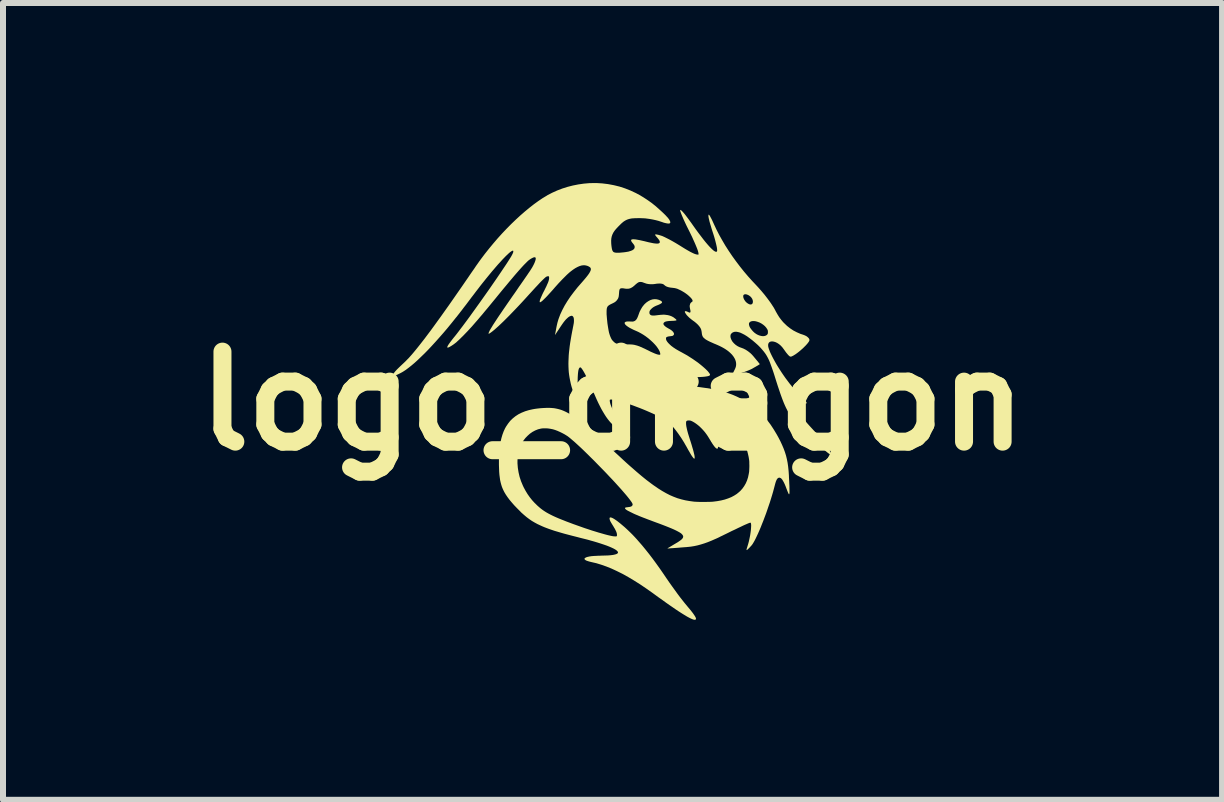
<source format=kicad_pcb>
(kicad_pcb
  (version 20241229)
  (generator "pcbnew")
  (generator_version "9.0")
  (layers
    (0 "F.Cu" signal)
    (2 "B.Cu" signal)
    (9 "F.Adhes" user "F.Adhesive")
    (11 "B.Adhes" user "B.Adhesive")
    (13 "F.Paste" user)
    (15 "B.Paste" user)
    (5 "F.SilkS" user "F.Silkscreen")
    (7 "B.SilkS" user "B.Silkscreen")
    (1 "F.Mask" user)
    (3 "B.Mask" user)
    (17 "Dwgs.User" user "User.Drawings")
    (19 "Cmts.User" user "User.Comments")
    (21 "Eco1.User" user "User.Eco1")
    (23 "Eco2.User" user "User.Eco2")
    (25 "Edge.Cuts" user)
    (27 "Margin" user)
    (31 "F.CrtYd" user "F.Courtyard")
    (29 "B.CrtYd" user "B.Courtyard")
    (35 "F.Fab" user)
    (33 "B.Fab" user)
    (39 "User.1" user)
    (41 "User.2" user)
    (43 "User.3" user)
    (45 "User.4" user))
  (footprint "logo_dragon"
    (layer "F.Cu")
    (at 7.157 3.631)
    (property "Reference" "logo_dragon" (at 0 0 0) (layer "F.SilkS") (effects (font (size 1.5 1.5) (thickness 0.3))))
    (attr board_only exclude_from_pos_files exclude_from_bom)
    (fp_poly (pts (xy -0.27 -3.631) (xy -0.172 -3.625) (xy -0.074 -3.613) (xy 0.022 -3.595) (xy 0.116 -3.572) (xy 0.208 -3.542) (xy 0.299 -3.506) (xy 0.389 -3.464) (xy 0.46 -3.426) (xy 0.484 -3.411) (xy 0.511 -3.395) (xy 0.54 -3.376) (xy 0.571 -3.356) (xy 0.6 -3.336) (xy 0.628 -3.316) (xy 0.652 -3.299) (xy 0.666 -3.288) (xy 0.693 -3.266) (xy 0.722 -3.243) (xy 0.751 -3.217) (xy 0.78 -3.191) (xy 0.809 -3.165) (xy 0.837 -3.139) (xy 0.863 -3.114) (xy 0.886 -3.091) (xy 0.905 -3.07) (xy 0.921 -3.053) (xy 0.924 -3.049) (xy 0.941 -3.027) (xy 0.952 -3.008) (xy 0.96 -2.991) (xy 0.963 -2.977) (xy 0.96 -2.967) (xy 0.956 -2.961) (xy 0.945 -2.957) (xy 0.929 -2.956) (xy 0.909 -2.958) (xy 0.885 -2.963) (xy 0.856 -2.97) (xy 0.825 -2.981) (xy 0.809 -2.986) (xy 0.767 -3) (xy 0.721 -3.012) (xy 0.671 -3.023) (xy 0.615 -3.033) (xy 0.554 -3.041) (xy 0.549 -3.042) (xy 0.531 -3.043) (xy 0.508 -3.044) (xy 0.483 -3.045) (xy 0.455 -3.046) (xy 0.427 -3.046) (xy 0.399 -3.045) (xy 0.373 -3.045) (xy 0.349 -3.043) (xy 0.329 -3.042) (xy 0.313 -3.04) (xy 0.312 -3.04) (xy 0.275 -3.032) (xy 0.242 -3.021) (xy 0.212 -3.006) (xy 0.184 -2.988) (xy 0.174 -2.98) (xy 0.16 -2.968) (xy 0.144 -2.954) (xy 0.127 -2.937) (xy 0.108 -2.918) (xy 0.09 -2.9) (xy 0.073 -2.882) (xy 0.058 -2.865) (xy 0.045 -2.85) (xy 0.037 -2.84) (xy 0.015 -2.808) (xy -0.001 -2.776) (xy -0.013 -2.743) (xy -0.02 -2.709) (xy -0.023 -2.672) (xy -0.022 -2.631) (xy -0.022 -2.626) (xy -0.019 -2.591) (xy -0.015 -2.561) (xy -0.011 -2.537) (xy -0.006 -2.517) (xy -0.000005 -2.502) (xy 0.008 -2.49) (xy 0.017 -2.481) (xy 0.029 -2.476) (xy 0.042 -2.472) (xy 0.059 -2.47) (xy 0.064 -2.47) (xy 0.089 -2.469) (xy 0.118 -2.47) (xy 0.151 -2.473) (xy 0.184 -2.476) (xy 0.216 -2.48) (xy 0.246 -2.485) (xy 0.272 -2.49) (xy 0.277 -2.492) (xy 0.306 -2.501) (xy 0.33 -2.511) (xy 0.347 -2.522) (xy 0.36 -2.535) (xy 0.367 -2.55) (xy 0.369 -2.564) (xy 0.368 -2.577) (xy 0.364 -2.589) (xy 0.357 -2.602) (xy 0.346 -2.617) (xy 0.337 -2.628) (xy 0.325 -2.643) (xy 0.317 -2.655) (xy 0.312 -2.664) (xy 0.31 -2.672) (xy 0.309 -2.677) (xy 0.311 -2.684) (xy 0.317 -2.689) (xy 0.328 -2.692) (xy 0.342 -2.694) (xy 0.362 -2.693) (xy 0.386 -2.691) (xy 0.415 -2.686) (xy 0.449 -2.68) (xy 0.489 -2.671) (xy 0.534 -2.661) (xy 0.561 -2.654) (xy 0.606 -2.643) (xy 0.645 -2.635) (xy 0.679 -2.628) (xy 0.707 -2.624) (xy 0.731 -2.622) (xy 0.75 -2.622) (xy 0.766 -2.624) (xy 0.775 -2.628) (xy 0.783 -2.633) (xy 0.786 -2.639) (xy 0.787 -2.644) (xy 0.787 -2.653) (xy 0.786 -2.661) (xy 0.783 -2.669) (xy 0.776 -2.681) (xy 0.766 -2.695) (xy 0.754 -2.71) (xy 0.744 -2.722) (xy 0.729 -2.739) (xy 0.719 -2.752) (xy 0.712 -2.762) (xy 0.71 -2.768) (xy 0.711 -2.773) (xy 0.715 -2.775) (xy 0.722 -2.775) (xy 0.723 -2.775) (xy 0.734 -2.774) (xy 0.749 -2.771) (xy 0.767 -2.767) (xy 0.787 -2.761) (xy 0.807 -2.755) (xy 0.825 -2.749) (xy 0.833 -2.746) (xy 0.868 -2.73) (xy 0.908 -2.71) (xy 0.953 -2.687) (xy 1.002 -2.66) (xy 1.054 -2.63) (xy 1.11 -2.596) (xy 1.166 -2.561) (xy 1.213 -2.532) (xy 1.256 -2.507) (xy 1.295 -2.485) (xy 1.329 -2.468) (xy 1.359 -2.454) (xy 1.384 -2.445) (xy 1.404 -2.44) (xy 1.42 -2.438) (xy 1.421 -2.438) (xy 1.433 -2.439) (xy 1.433 -2.455) (xy 1.431 -2.469) (xy 1.426 -2.488) (xy 1.419 -2.512) (xy 1.409 -2.54) (xy 1.396 -2.572) (xy 1.381 -2.608) (xy 1.364 -2.647) (xy 1.345 -2.689) (xy 1.325 -2.734) (xy 1.302 -2.781) (xy 1.281 -2.824) (xy 1.258 -2.87) (xy 1.236 -2.914) (xy 1.216 -2.956) (xy 1.198 -2.995) (xy 1.181 -3.032) (xy 1.167 -3.065) (xy 1.154 -3.095) (xy 1.144 -3.121) (xy 1.136 -3.142) (xy 1.13 -3.159) (xy 1.128 -3.171) (xy 1.128 -3.172) (xy 1.128 -3.18) (xy 1.131 -3.183) (xy 1.136 -3.182) (xy 1.145 -3.175) (xy 1.152 -3.169) (xy 1.164 -3.157) (xy 1.176 -3.144) (xy 1.19 -3.128) (xy 1.205 -3.11) (xy 1.222 -3.088) (xy 1.241 -3.063) (xy 1.262 -3.035) (xy 1.286 -3.002) (xy 1.313 -2.965) (xy 1.341 -2.925) (xy 1.388 -2.859) (xy 1.432 -2.799) (xy 1.474 -2.744) (xy 1.512 -2.694) (xy 1.548 -2.649) (xy 1.581 -2.61) (xy 1.611 -2.576) (xy 1.638 -2.548) (xy 1.663 -2.524) (xy 1.685 -2.505) (xy 1.689 -2.502) (xy 1.705 -2.492) (xy 1.719 -2.486) (xy 1.73 -2.485) (xy 1.738 -2.489) (xy 1.742 -2.497) (xy 1.743 -2.499) (xy 1.743 -2.512) (xy 1.742 -2.531) (xy 1.739 -2.555) (xy 1.733 -2.584) (xy 1.725 -2.618) (xy 1.716 -2.655) (xy 1.705 -2.697) (xy 1.692 -2.742) (xy 1.677 -2.79) (xy 1.669 -2.814) (xy 1.652 -2.867) (xy 1.638 -2.915) (xy 1.625 -2.957) (xy 1.615 -2.993) (xy 1.608 -3.024) (xy 1.602 -3.05) (xy 1.599 -3.071) (xy 1.598 -3.077) (xy 1.598 -3.092) (xy 1.599 -3.101) (xy 1.603 -3.104) (xy 1.608 -3.101) (xy 1.616 -3.092) (xy 1.625 -3.078) (xy 1.636 -3.057) (xy 1.65 -3.031) (xy 1.665 -3) (xy 1.682 -2.962) (xy 1.694 -2.936) (xy 1.733 -2.853) (xy 1.777 -2.767) (xy 1.826 -2.68) (xy 1.878 -2.591) (xy 1.935 -2.502) (xy 1.995 -2.413) (xy 2.058 -2.326) (xy 2.124 -2.239) (xy 2.191 -2.155) (xy 2.26 -2.074) (xy 2.331 -1.995) (xy 2.369 -1.955) (xy 2.425 -1.895) (xy 2.48 -1.833) (xy 2.532 -1.771) (xy 2.58 -1.709) (xy 2.625 -1.648) (xy 2.649 -1.613) (xy 2.663 -1.591) (xy 2.675 -1.573) (xy 2.686 -1.556) (xy 2.695 -1.54) (xy 2.705 -1.522) (xy 2.716 -1.501) (xy 2.722 -1.489) (xy 2.75 -1.44) (xy 2.778 -1.395) (xy 2.809 -1.354) (xy 2.842 -1.314) (xy 2.86 -1.296) (xy 2.908 -1.25) (xy 2.959 -1.21) (xy 3.013 -1.174) (xy 3.071 -1.144) (xy 3.133 -1.117) (xy 3.174 -1.104) (xy 3.205 -1.092) (xy 3.231 -1.079) (xy 3.252 -1.063) (xy 3.259 -1.056) (xy 3.273 -1.041) (xy 3.28 -1.025) (xy 3.281 -1.01) (xy 3.28 -1.008) (xy 3.276 -0.996) (xy 3.267 -0.982) (xy 3.254 -0.964) (xy 3.238 -0.945) (xy 3.219 -0.924) (xy 3.197 -0.902) (xy 3.174 -0.879) (xy 3.149 -0.857) (xy 3.124 -0.835) (xy 3.098 -0.814) (xy 3.073 -0.795) (xy 3.048 -0.777) (xy 3.025 -0.763) (xy 3.018 -0.758) (xy 2.998 -0.748) (xy 2.983 -0.741) (xy 2.972 -0.738) (xy 2.963 -0.739) (xy 2.962 -0.739) (xy 2.952 -0.743) (xy 2.94 -0.753) (xy 2.925 -0.768) (xy 2.909 -0.787) (xy 2.89 -0.81) (xy 2.871 -0.837) (xy 2.856 -0.858) (xy 2.829 -0.894) (xy 2.801 -0.924) (xy 2.772 -0.948) (xy 2.741 -0.968) (xy 2.71 -0.982) (xy 2.683 -0.989) (xy 2.659 -0.992) (xy 2.638 -0.99) (xy 2.621 -0.984) (xy 2.607 -0.973) (xy 2.598 -0.958) (xy 2.593 -0.94) (xy 2.593 -0.917) (xy 2.594 -0.908) (xy 2.6 -0.883) (xy 2.61 -0.854) (xy 2.622 -0.821) (xy 2.639 -0.784) (xy 2.658 -0.745) (xy 2.68 -0.703) (xy 2.704 -0.659) (xy 2.73 -0.613) (xy 2.758 -0.567) (xy 2.788 -0.52) (xy 2.819 -0.472) (xy 2.851 -0.425) (xy 2.884 -0.378) (xy 2.918 -0.333) (xy 2.951 -0.289) (xy 2.976 -0.259) (xy 2.99 -0.241) (xy 3.007 -0.221) (xy 3.026 -0.2) (xy 3.045 -0.179) (xy 3.064 -0.159) (xy 3.081 -0.141) (xy 3.096 -0.125) (xy 3.109 -0.113) (xy 3.111 -0.11) (xy 3.123 -0.1) (xy 3.136 -0.086) (xy 3.151 -0.071) (xy 3.167 -0.054) (xy 3.182 -0.038) (xy 3.196 -0.022) (xy 3.209 -0.008) (xy 3.218 0.003) (xy 3.224 0.011) (xy 3.224 0.011) (xy 3.232 0.024) (xy 3.235 0.034) (xy 3.233 0.04) (xy 3.23 0.042) (xy 3.221 0.043) (xy 3.207 0.043) (xy 3.189 0.042) (xy 3.168 0.039) (xy 3.135 0.035) (xy 3.108 0.034) (xy 3.086 0.037) (xy 3.07 0.043) (xy 3.058 0.052) (xy 3.052 0.065) (xy 3.051 0.082) (xy 3.055 0.101) (xy 3.056 0.107) (xy 3.064 0.126) (xy 3.075 0.148) (xy 3.088 0.171) (xy 3.105 0.197) (xy 3.124 0.225) (xy 3.148 0.256) (xy 3.174 0.29) (xy 3.205 0.326) (xy 3.239 0.366) (xy 3.278 0.41) (xy 3.321 0.457) (xy 3.368 0.508) (xy 3.384 0.526) (xy 3.427 0.573) (xy 3.466 0.617) (xy 3.501 0.66) (xy 3.534 0.702) (xy 3.565 0.745) (xy 3.586 0.777) (xy 3.599 0.796) (xy 3.611 0.816) (xy 3.622 0.835) (xy 3.631 0.853) (xy 3.638 0.868) (xy 3.643 0.879) (xy 3.644 0.886) (xy 3.642 0.892) (xy 3.636 0.893) (xy 3.627 0.89) (xy 3.613 0.883) (xy 3.595 0.871) (xy 3.574 0.854) (xy 3.548 0.833) (xy 3.518 0.807) (xy 3.484 0.777) (xy 3.48 0.773) (xy 3.459 0.754) (xy 3.434 0.732) (xy 3.407 0.706) (xy 3.378 0.679) (xy 3.347 0.65) (xy 3.316 0.621) (xy 3.286 0.592) (xy 3.256 0.564) (xy 3.229 0.538) (xy 3.206 0.515) (xy 3.188 0.498) (xy 3.15 0.461) (xy 3.116 0.426) (xy 3.083 0.391) (xy 3.054 0.358) (xy 3.026 0.326) (xy 3 0.293) (xy 2.976 0.26) (xy 2.954 0.227) (xy 2.933 0.192) (xy 2.912 0.155) (xy 2.892 0.117) (xy 2.873 0.076) (xy 2.854 0.032) (xy 2.835 -0.016) (xy 2.816 -0.067) (xy 2.796 -0.123) (xy 2.776 -0.183) (xy 2.754 -0.248) (xy 2.731 -0.32) (xy 2.73 -0.323) (xy 2.712 -0.38) (xy 2.696 -0.432) (xy 2.681 -0.478) (xy 2.667 -0.519) (xy 2.654 -0.556) (xy 2.642 -0.589) (xy 2.631 -0.619) (xy 2.621 -0.646) (xy 2.611 -0.67) (xy 2.601 -0.692) (xy 2.591 -0.712) (xy 2.581 -0.731) (xy 2.571 -0.749) (xy 2.561 -0.766) (xy 2.55 -0.783) (xy 2.548 -0.786) (xy 2.523 -0.82) (xy 2.493 -0.856) (xy 2.46 -0.893) (xy 2.423 -0.93) (xy 2.383 -0.966) (xy 2.383 -0.966) (xy 2.332 -1.009) (xy 2.285 -1.045) (xy 2.241 -1.077) (xy 2.199 -1.103) (xy 2.16 -1.123) (xy 2.125 -1.139) (xy 2.092 -1.148) (xy 2.062 -1.153) (xy 2.035 -1.152) (xy 2.011 -1.145) (xy 1.996 -1.137) (xy 1.98 -1.123) (xy 1.969 -1.107) (xy 1.965 -1.087) (xy 1.965 -1.065) (xy 1.972 -1.04) (xy 1.982 -1.016) (xy 2 -0.986) (xy 2.024 -0.959) (xy 2.052 -0.934) (xy 2.083 -0.913) (xy 2.117 -0.896) (xy 2.137 -0.889) (xy 2.18 -0.873) (xy 2.221 -0.852) (xy 2.26 -0.826) (xy 2.299 -0.795) (xy 2.309 -0.785) (xy 2.316 -0.779) (xy 2.325 -0.769) (xy 2.337 -0.756) (xy 2.35 -0.741) (xy 2.364 -0.724) (xy 2.379 -0.706) (xy 2.394 -0.688) (xy 2.408 -0.671) (xy 2.422 -0.655) (xy 2.433 -0.64) (xy 2.443 -0.628) (xy 2.45 -0.619) (xy 2.453 -0.614) (xy 2.453 -0.613) (xy 2.451 -0.61) (xy 2.443 -0.606) (xy 2.432 -0.598) (xy 2.417 -0.589) (xy 2.399 -0.579) (xy 2.379 -0.567) (xy 2.357 -0.555) (xy 2.346 -0.548) (xy 2.321 -0.534) (xy 2.293 -0.521) (xy 2.263 -0.508) (xy 2.232 -0.496) (xy 2.2 -0.484) (xy 2.169 -0.474) (xy 2.138 -0.464) (xy 2.109 -0.456) (xy 2.082 -0.45) (xy 2.058 -0.446) (xy 2.037 -0.444) (xy 2.021 -0.444) (xy 2.011 -0.446) (xy 2.008 -0.449) (xy 2.007 -0.455) (xy 2.009 -0.465) (xy 2.014 -0.479) (xy 2.023 -0.497) (xy 2.028 -0.507) (xy 2.04 -0.531) (xy 2.048 -0.55) (xy 2.054 -0.568) (xy 2.058 -0.585) (xy 2.059 -0.602) (xy 2.06 -0.613) (xy 2.058 -0.639) (xy 2.053 -0.662) (xy 2.045 -0.686) (xy 2.038 -0.702) (xy 2.018 -0.736) (xy 1.992 -0.77) (xy 1.959 -0.803) (xy 1.925 -0.832) (xy 1.901 -0.849) (xy 1.876 -0.866) (xy 1.849 -0.882) (xy 1.82 -0.898) (xy 1.788 -0.914) (xy 1.751 -0.931) (xy 1.709 -0.949) (xy 1.698 -0.953) (xy 1.658 -0.971) (xy 1.624 -0.986) (xy 1.594 -1.001) (xy 1.57 -1.014) (xy 1.549 -1.027) (xy 1.533 -1.04) (xy 1.519 -1.052) (xy 1.508 -1.065) (xy 1.5 -1.079) (xy 1.497 -1.086) (xy 1.493 -1.099) (xy 1.489 -1.117) (xy 1.487 -1.134) (xy 1.485 -1.15) (xy 1.482 -1.167) (xy 1.479 -1.18) (xy 1.478 -1.186) (xy 1.466 -1.214) (xy 1.447 -1.242) (xy 1.423 -1.27) (xy 1.406 -1.286) (xy 2.273 -1.286) (xy 2.274 -1.269) (xy 2.279 -1.25) (xy 2.286 -1.232) (xy 2.296 -1.215) (xy 2.31 -1.196) (xy 2.325 -1.177) (xy 2.342 -1.158) (xy 2.358 -1.143) (xy 2.367 -1.135) (xy 2.395 -1.115) (xy 2.423 -1.1) (xy 2.452 -1.089) (xy 2.481 -1.082) (xy 2.508 -1.079) (xy 2.533 -1.082) (xy 2.555 -1.089) (xy 2.555 -1.089) (xy 2.572 -1.1) (xy 2.581 -1.11) (xy 2.585 -1.118) (xy 2.588 -1.125) (xy 2.589 -1.134) (xy 2.589 -1.147) (xy 2.589 -1.148) (xy 2.589 -1.161) (xy 2.588 -1.171) (xy 2.585 -1.18) (xy 2.58 -1.191) (xy 2.577 -1.197) (xy 2.56 -1.222) (xy 2.539 -1.246) (xy 2.512 -1.269) (xy 2.483 -1.289) (xy 2.451 -1.306) (xy 2.419 -1.318) (xy 2.388 -1.327) (xy 2.36 -1.331) (xy 2.335 -1.331) (xy 2.313 -1.327) (xy 2.296 -1.32) (xy 2.282 -1.308) (xy 2.276 -1.299) (xy 2.273 -1.286) (xy 1.406 -1.286) (xy 1.392 -1.299) (xy 1.356 -1.328) (xy 1.35 -1.331) (xy 1.312 -1.36) (xy 1.279 -1.387) (xy 1.253 -1.413) (xy 1.235 -1.432) (xy 1.221 -1.452) (xy 1.211 -1.468) (xy 1.205 -1.481) (xy 1.205 -1.49) (xy 1.209 -1.495) (xy 1.218 -1.496) (xy 1.232 -1.493) (xy 1.251 -1.486) (xy 1.256 -1.483) (xy 1.27 -1.477) (xy 1.279 -1.473) (xy 1.285 -1.472) (xy 1.289 -1.472) (xy 1.292 -1.473) (xy 1.297 -1.479) (xy 1.299 -1.487) (xy 1.299 -1.5) (xy 1.296 -1.518) (xy 1.295 -1.519) (xy 1.291 -1.54) (xy 1.288 -1.557) (xy 1.286 -1.57) (xy 1.286 -1.58) (xy 1.286 -1.589) (xy 1.288 -1.596) (xy 1.293 -1.617) (xy 1.302 -1.633) (xy 1.313 -1.643) (xy 1.321 -1.649) (xy 1.328 -1.654) (xy 1.329 -1.655) (xy 1.334 -1.663) (xy 1.334 -1.673) (xy 1.329 -1.686) (xy 1.32 -1.7) (xy 1.307 -1.716) (xy 1.29 -1.733) (xy 1.272 -1.75) (xy 2.178 -1.75) (xy 2.178 -1.734) (xy 2.182 -1.716) (xy 2.19 -1.697) (xy 2.191 -1.694) (xy 2.204 -1.673) (xy 2.219 -1.653) (xy 2.236 -1.637) (xy 2.254 -1.624) (xy 2.272 -1.614) (xy 2.289 -1.608) (xy 2.305 -1.607) (xy 2.319 -1.611) (xy 2.33 -1.62) (xy 2.336 -1.633) (xy 2.339 -1.65) (xy 2.339 -1.657) (xy 2.336 -1.679) (xy 2.327 -1.702) (xy 2.312 -1.724) (xy 2.301 -1.736) (xy 2.284 -1.75) (xy 2.266 -1.762) (xy 2.248 -1.77) (xy 2.23 -1.776) (xy 2.213 -1.778) (xy 2.199 -1.776) (xy 2.188 -1.77) (xy 2.181 -1.763) (xy 2.178 -1.75) (xy 1.272 -1.75) (xy 1.271 -1.751) (xy 1.249 -1.77) (xy 1.225 -1.788) (xy 1.199 -1.806) (xy 1.171 -1.823) (xy 1.143 -1.839) (xy 1.127 -1.847) (xy 1.101 -1.859) (xy 1.079 -1.869) (xy 1.058 -1.875) (xy 1.038 -1.88) (xy 1.016 -1.883) (xy 0.999 -1.885) (xy 0.964 -1.889) (xy 0.934 -1.895) (xy 0.908 -1.903) (xy 0.887 -1.913) (xy 0.869 -1.926) (xy 0.864 -1.931) (xy 0.852 -1.941) (xy 0.84 -1.947) (xy 0.829 -1.951) (xy 0.813 -1.954) (xy 0.794 -1.956) (xy 0.772 -1.956) (xy 0.751 -1.955) (xy 0.731 -1.953) (xy 0.725 -1.952) (xy 0.714 -1.95) (xy 0.698 -1.948) (xy 0.681 -1.946) (xy 0.666 -1.945) (xy 0.63 -1.945) (xy 0.597 -1.948) (xy 0.566 -1.954) (xy 0.534 -1.965) (xy 0.526 -1.968) (xy 0.509 -1.974) (xy 0.496 -1.979) (xy 0.486 -1.981) (xy 0.476 -1.982) (xy 0.467 -1.983) (xy 0.454 -1.982) (xy 0.444 -1.981) (xy 0.434 -1.977) (xy 0.425 -1.972) (xy 0.414 -1.965) (xy 0.4 -1.954) (xy 0.384 -1.941) (xy 0.375 -1.932) (xy 0.353 -1.913) (xy 0.334 -1.898) (xy 0.315 -1.887) (xy 0.297 -1.878) (xy 0.288 -1.875) (xy 0.265 -1.87) (xy 0.239 -1.869) (xy 0.211 -1.871) (xy 0.194 -1.874) (xy 0.17 -1.878) (xy 0.151 -1.878) (xy 0.136 -1.875) (xy 0.13 -1.872) (xy 0.123 -1.866) (xy 0.118 -1.859) (xy 0.115 -1.849) (xy 0.112 -1.836) (xy 0.11 -1.819) (xy 0.109 -1.804) (xy 0.107 -1.778) (xy 0.105 -1.758) (xy 0.103 -1.742) (xy 0.1 -1.729) (xy 0.096 -1.718) (xy 0.092 -1.707) (xy 0.091 -1.705) (xy 0.079 -1.687) (xy 0.064 -1.668) (xy 0.046 -1.652) (xy 0.039 -1.647) (xy 0.031 -1.642) (xy 0.02 -1.636) (xy 0.005 -1.628) (xy -0.011 -1.621) (xy -0.016 -1.618) (xy -0.041 -1.606) (xy -0.06 -1.594) (xy -0.074 -1.583) (xy -0.084 -1.571) (xy -0.091 -1.556) (xy -0.096 -1.538) (xy -0.098 -1.517) (xy -0.099 -1.499) (xy -0.099 -1.474) (xy -0.099 -1.443) (xy -0.096 -1.408) (xy -0.093 -1.371) (xy -0.089 -1.332) (xy -0.085 -1.292) (xy -0.079 -1.253) (xy -0.073 -1.216) (xy -0.067 -1.181) (xy -0.061 -1.15) (xy -0.058 -1.137) (xy -0.05 -1.11) (xy -0.041 -1.083) (xy -0.03 -1.057) (xy -0.02 -1.036) (xy -0.018 -1.032) (xy -0.007 -1.015) (xy 0.008 -0.998) (xy 0.024 -0.982) (xy 0.04 -0.969) (xy 0.05 -0.963) (xy 0.068 -0.954) (xy 0.087 -0.948) (xy 0.107 -0.944) (xy 0.131 -0.942) (xy 0.158 -0.941) (xy 0.166 -0.941) (xy 0.204 -0.942) (xy 0.236 -0.942) (xy 0.264 -0.942) (xy 0.287 -0.942) (xy 0.307 -0.941) (xy 0.325 -0.94) (xy 0.341 -0.938) (xy 0.355 -0.936) (xy 0.37 -0.933) (xy 0.384 -0.929) (xy 0.4 -0.925) (xy 0.411 -0.922) (xy 0.428 -0.916) (xy 0.446 -0.91) (xy 0.464 -0.902) (xy 0.485 -0.894) (xy 0.507 -0.883) (xy 0.534 -0.871) (xy 0.564 -0.856) (xy 0.597 -0.84) (xy 0.636 -0.82) (xy 0.67 -0.805) (xy 0.7 -0.792) (xy 0.726 -0.782) (xy 0.747 -0.775) (xy 0.765 -0.771) (xy 0.773 -0.77) (xy 0.786 -0.769) (xy 0.793 -0.772) (xy 0.796 -0.778) (xy 0.795 -0.788) (xy 0.794 -0.796) (xy 0.786 -0.823) (xy 0.772 -0.851) (xy 0.753 -0.881) (xy 0.73 -0.913) (xy 0.702 -0.945) (xy 0.67 -0.978) (xy 0.635 -1.01) (xy 0.597 -1.043) (xy 0.556 -1.074) (xy 0.546 -1.081) (xy 0.51 -1.105) (xy 0.471 -1.128) (xy 0.43 -1.15) (xy 0.394 -1.166) (xy 0.353 -1.184) (xy 0.317 -1.202) (xy 0.284 -1.219) (xy 0.257 -1.236) (xy 0.235 -1.252) (xy 0.218 -1.267) (xy 0.21 -1.277) (xy 0.203 -1.29) (xy 0.201 -1.3) (xy 0.204 -1.308) (xy 0.212 -1.314) (xy 0.22 -1.319) (xy 0.232 -1.322) (xy 0.247 -1.324) (xy 0.266 -1.324) (xy 0.29 -1.324) (xy 0.295 -1.323) (xy 0.314 -1.323) (xy 0.328 -1.322) (xy 0.339 -1.323) (xy 0.348 -1.325) (xy 0.354 -1.326) (xy 0.37 -1.333) (xy 0.384 -1.343) (xy 0.397 -1.357) (xy 0.409 -1.376) (xy 0.42 -1.4) (xy 0.431 -1.429) (xy 0.433 -1.435) (xy 0.451 -1.484) (xy 0.473 -1.528) (xy 0.497 -1.568) (xy 0.525 -1.603) (xy 0.539 -1.618) (xy 0.57 -1.645) (xy 0.602 -1.666) (xy 0.634 -1.682) (xy 0.667 -1.692) (xy 0.701 -1.696) (xy 0.734 -1.694) (xy 0.767 -1.686) (xy 0.787 -1.678) (xy 0.805 -1.669) (xy 0.817 -1.66) (xy 0.824 -1.651) (xy 0.825 -1.642) (xy 0.82 -1.633) (xy 0.809 -1.624) (xy 0.792 -1.614) (xy 0.769 -1.603) (xy 0.749 -1.595) (xy 0.721 -1.584) (xy 0.697 -1.572) (xy 0.677 -1.56) (xy 0.66 -1.547) (xy 0.646 -1.534) (xy 0.635 -1.522) (xy 0.627 -1.513) (xy 0.622 -1.505) (xy 0.618 -1.496) (xy 0.617 -1.494) (xy 0.614 -1.474) (xy 0.616 -1.456) (xy 0.624 -1.441) (xy 0.626 -1.439) (xy 0.635 -1.432) (xy 0.645 -1.427) (xy 0.659 -1.424) (xy 0.676 -1.423) (xy 0.697 -1.423) (xy 0.724 -1.426) (xy 0.726 -1.426) (xy 0.757 -1.43) (xy 0.783 -1.433) (xy 0.805 -1.435) (xy 0.823 -1.436) (xy 0.838 -1.437) (xy 0.851 -1.437) (xy 0.864 -1.437) (xy 0.876 -1.436) (xy 0.884 -1.435) (xy 0.922 -1.43) (xy 0.956 -1.421) (xy 0.987 -1.409) (xy 1.016 -1.393) (xy 1.043 -1.372) (xy 1.051 -1.366) (xy 1.059 -1.358) (xy 1.064 -1.352) (xy 1.066 -1.347) (xy 1.063 -1.343) (xy 1.056 -1.34) (xy 1.044 -1.338) (xy 1.027 -1.336) (xy 1.004 -1.335) (xy 0.987 -1.334) (xy 0.956 -1.333) (xy 0.932 -1.331) (xy 0.911 -1.328) (xy 0.895 -1.325) (xy 0.881 -1.321) (xy 0.87 -1.316) (xy 0.867 -1.314) (xy 0.856 -1.305) (xy 0.849 -1.294) (xy 0.848 -1.283) (xy 0.848 -1.28) (xy 0.854 -1.268) (xy 0.865 -1.254) (xy 0.882 -1.239) (xy 0.902 -1.225) (xy 0.926 -1.211) (xy 0.934 -1.206) (xy 0.96 -1.192) (xy 0.983 -1.176) (xy 1.001 -1.16) (xy 1.014 -1.144) (xy 1.022 -1.129) (xy 1.025 -1.115) (xy 1.022 -1.105) (xy 1.015 -1.095) (xy 1.005 -1.087) (xy 1.002 -1.086) (xy 0.995 -1.083) (xy 0.982 -1.081) (xy 0.966 -1.079) (xy 0.959 -1.078) (xy 0.934 -1.075) (xy 0.915 -1.07) (xy 0.901 -1.064) (xy 0.894 -1.057) (xy 0.891 -1.046) (xy 0.891 -1.031) (xy 0.895 -1.016) (xy 0.898 -1.008) (xy 0.911 -0.987) (xy 0.929 -0.965) (xy 0.952 -0.942) (xy 0.978 -0.918) (xy 1.009 -0.895) (xy 1.014 -0.891) (xy 1.031 -0.88) (xy 1.047 -0.869) (xy 1.065 -0.858) (xy 1.084 -0.847) (xy 1.107 -0.834) (xy 1.134 -0.819) (xy 1.144 -0.814) (xy 1.243 -0.759) (xy 1.337 -0.699) (xy 1.424 -0.638) (xy 1.458 -0.611) (xy 1.49 -0.585) (xy 1.519 -0.56) (xy 1.546 -0.536) (xy 1.569 -0.514) (xy 1.589 -0.493) (xy 1.604 -0.474) (xy 1.616 -0.458) (xy 1.623 -0.445) (xy 1.625 -0.435) (xy 1.622 -0.428) (xy 1.614 -0.422) (xy 1.601 -0.416) (xy 1.581 -0.411) (xy 1.556 -0.407) (xy 1.525 -0.403) (xy 1.488 -0.4) (xy 1.444 -0.398) (xy 1.417 -0.397) (xy 1.365 -0.395) (xy 1.318 -0.392) (xy 1.276 -0.388) (xy 1.239 -0.384) (xy 1.205 -0.378) (xy 1.175 -0.372) (xy 1.148 -0.364) (xy 1.122 -0.355) (xy 1.119 -0.353) (xy 1.098 -0.344) (xy 1.083 -0.334) (xy 1.074 -0.323) (xy 1.07 -0.314) (xy 1.071 -0.304) (xy 1.079 -0.296) (xy 1.092 -0.289) (xy 1.099 -0.287) (xy 1.116 -0.282) (xy 1.139 -0.277) (xy 1.168 -0.271) (xy 1.203 -0.265) (xy 1.243 -0.259) (xy 1.288 -0.252) (xy 1.339 -0.245) (xy 1.394 -0.237) (xy 1.453 -0.23) (xy 1.502 -0.223) (xy 1.545 -0.217) (xy 1.584 -0.212) (xy 1.62 -0.206) (xy 1.654 -0.2) (xy 1.686 -0.193) (xy 1.718 -0.186) (xy 1.729 -0.184) (xy 1.805 -0.166) (xy 1.875 -0.146) (xy 1.941 -0.125) (xy 2.005 -0.101) (xy 2.067 -0.074) (xy 2.125 -0.046) (xy 2.2 -0.006) (xy 2.272 0.038) (xy 2.34 0.087) (xy 2.404 0.139) (xy 2.466 0.197) (xy 2.525 0.258) (xy 2.581 0.325) (xy 2.635 0.397) (xy 2.686 0.475) (xy 2.736 0.558) (xy 2.766 0.612) (xy 2.799 0.676) (xy 2.827 0.737) (xy 2.852 0.796) (xy 2.873 0.853) (xy 2.891 0.911) (xy 2.905 0.969) (xy 2.917 1.029) (xy 2.926 1.092) (xy 2.933 1.159) (xy 2.935 1.183) (xy 2.937 1.212) (xy 2.939 1.243) (xy 2.94 1.276) (xy 2.942 1.309) (xy 2.944 1.343) (xy 2.945 1.376) (xy 2.947 1.408) (xy 2.948 1.438) (xy 2.948 1.465) (xy 2.949 1.49) (xy 2.949 1.51) (xy 2.949 1.526) (xy 2.948 1.536) (xy 2.948 1.539) (xy 2.946 1.548) (xy 2.944 1.554) (xy 2.941 1.555) (xy 2.938 1.553) (xy 2.933 1.546) (xy 2.928 1.535) (xy 2.921 1.519) (xy 2.912 1.497) (xy 2.902 1.47) (xy 2.9 1.466) (xy 2.884 1.423) (xy 2.869 1.387) (xy 2.854 1.356) (xy 2.84 1.331) (xy 2.827 1.31) (xy 2.814 1.295) (xy 2.801 1.285) (xy 2.788 1.28) (xy 2.778 1.278) (xy 2.766 1.281) (xy 2.754 1.288) (xy 2.743 1.3) (xy 2.733 1.317) (xy 2.723 1.34) (xy 2.714 1.368) (xy 2.705 1.402) (xy 2.691 1.455) (xy 2.676 1.511) (xy 2.659 1.569) (xy 2.641 1.628) (xy 2.622 1.689) (xy 2.601 1.75) (xy 2.58 1.812) (xy 2.559 1.873) (xy 2.536 1.934) (xy 2.514 1.993) (xy 2.491 2.05) (xy 2.469 2.106) (xy 2.447 2.158) (xy 2.425 2.208) (xy 2.404 2.253) (xy 2.384 2.295) (xy 2.365 2.332) (xy 2.347 2.363) (xy 2.333 2.386) (xy 2.326 2.395) (xy 2.317 2.407) (xy 2.306 2.419) (xy 2.293 2.433) (xy 2.28 2.447) (xy 2.268 2.459) (xy 2.256 2.47) (xy 2.247 2.479) (xy 2.24 2.484) (xy 2.238 2.485) (xy 2.235 2.484) (xy 2.233 2.48) (xy 2.234 2.473) (xy 2.236 2.463) (xy 2.241 2.447) (xy 2.247 2.427) (xy 2.26 2.385) (xy 2.272 2.34) (xy 2.282 2.293) (xy 2.292 2.246) (xy 2.299 2.201) (xy 2.305 2.157) (xy 2.308 2.116) (xy 2.31 2.08) (xy 2.31 2.079) (xy 2.309 2.058) (xy 2.307 2.043) (xy 2.304 2.034) (xy 2.299 2.029) (xy 2.296 2.028) (xy 2.289 2.03) (xy 2.277 2.034) (xy 2.259 2.041) (xy 2.236 2.051) (xy 2.208 2.063) (xy 2.175 2.078) (xy 2.136 2.097) (xy 2.091 2.118) (xy 2.042 2.142) (xy 1.986 2.168) (xy 1.926 2.198) (xy 1.883 2.219) (xy 1.856 2.232) (xy 1.828 2.246) (xy 1.8 2.259) (xy 1.775 2.272) (xy 1.752 2.283) (xy 1.732 2.292) (xy 1.717 2.299) (xy 1.716 2.299) (xy 1.65 2.328) (xy 1.588 2.353) (xy 1.529 2.374) (xy 1.471 2.392) (xy 1.416 2.407) (xy 1.36 2.419) (xy 1.304 2.428) (xy 1.256 2.433) (xy 1.244 2.434) (xy 1.227 2.436) (xy 1.207 2.437) (xy 1.183 2.439) (xy 1.157 2.441) (xy 1.13 2.443) (xy 1.101 2.446) (xy 1.072 2.448) (xy 1.044 2.45) (xy 1.017 2.452) (xy 0.991 2.454) (xy 0.968 2.455) (xy 0.949 2.457) (xy 0.932 2.458) (xy 0.921 2.458) (xy 0.914 2.458) (xy 0.913 2.458) (xy 0.916 2.457) (xy 0.923 2.452) (xy 0.934 2.445) (xy 0.949 2.437) (xy 0.966 2.426) (xy 0.985 2.415) (xy 0.991 2.411) (xy 1.028 2.389) (xy 1.06 2.37) (xy 1.087 2.354) (xy 1.109 2.339) (xy 1.128 2.326) (xy 1.143 2.314) (xy 1.155 2.304) (xy 1.163 2.294) (xy 1.17 2.285) (xy 1.174 2.277) (xy 1.175 2.273) (xy 1.177 2.263) (xy 1.177 2.255) (xy 1.174 2.246) (xy 1.169 2.236) (xy 1.161 2.226) (xy 1.151 2.215) (xy 1.138 2.204) (xy 1.121 2.193) (xy 1.1 2.181) (xy 1.076 2.168) (xy 1.048 2.154) (xy 1.016 2.139) (xy 0.979 2.123) (xy 0.937 2.106) (xy 0.89 2.087) (xy 0.838 2.067) (xy 0.78 2.045) (xy 0.739 2.03) (xy 0.682 2.009) (xy 0.632 1.99) (xy 0.586 1.973) (xy 0.545 1.957) (xy 0.508 1.943) (xy 0.475 1.93) (xy 0.445 1.918) (xy 0.418 1.906) (xy 0.393 1.896) (xy 0.37 1.886) (xy 0.348 1.876) (xy 0.328 1.866) (xy 0.308 1.856) (xy 0.305 1.855) (xy 0.278 1.841) (xy 0.256 1.83) (xy 0.239 1.82) (xy 0.226 1.811) (xy 0.217 1.803) (xy 0.211 1.796) (xy 0.211 1.796) (xy 0.208 1.789) (xy 0.208 1.783) (xy 0.213 1.778) (xy 0.223 1.775) (xy 0.239 1.772) (xy 0.26 1.77) (xy 0.263 1.769) (xy 0.287 1.766) (xy 0.305 1.761) (xy 0.319 1.754) (xy 0.328 1.745) (xy 0.334 1.734) (xy 0.335 1.724) (xy 0.333 1.715) (xy 0.327 1.702) (xy 0.317 1.685) (xy 0.302 1.664) (xy 0.284 1.64) (xy 0.263 1.613) (xy 0.238 1.582) (xy 0.21 1.549) (xy 0.179 1.513) (xy 0.146 1.475) (xy 0.11 1.435) (xy 0.072 1.393) (xy 0.033 1.35) (xy -0.008 1.306) (xy -0.051 1.261) (xy -0.094 1.215) (xy -0.138 1.169) (xy -0.183 1.123) (xy -0.228 1.077) (xy -0.273 1.031) (xy -0.317 0.986) (xy -0.362 0.942) (xy -0.405 0.899) (xy -0.448 0.857) (xy -0.489 0.817) (xy -0.529 0.779) (xy -0.568 0.743) (xy -0.604 0.71) (xy -0.638 0.679) (xy -0.67 0.652) (xy -0.699 0.627) (xy -0.725 0.606) (xy -0.747 0.589) (xy -0.761 0.58) (xy -0.798 0.557) (xy -0.837 0.536) (xy -0.878 0.516) (xy -0.919 0.498) (xy -0.959 0.483) (xy -0.996 0.472) (xy -0.996 0.472) (xy -1.036 0.464) (xy -1.077 0.458) (xy -1.117 0.456) (xy -1.155 0.456) (xy -1.189 0.46) (xy -1.194 0.461) (xy -1.242 0.473) (xy -1.289 0.492) (xy -1.334 0.516) (xy -1.377 0.546) (xy -1.415 0.58) (xy -1.452 0.618) (xy -1.483 0.658) (xy -1.509 0.702) (xy -1.519 0.72) (xy -1.542 0.772) (xy -1.56 0.825) (xy -1.573 0.879) (xy -1.581 0.936) (xy -1.584 0.997) (xy -1.584 1.041) (xy -1.578 1.116) (xy -1.566 1.19) (xy -1.549 1.264) (xy -1.525 1.337) (xy -1.495 1.409) (xy -1.48 1.441) (xy -1.448 1.5) (xy -1.415 1.554) (xy -1.379 1.605) (xy -1.34 1.654) (xy -1.296 1.702) (xy -1.286 1.711) (xy -1.257 1.74) (xy -1.229 1.765) (xy -1.201 1.789) (xy -1.171 1.812) (xy -1.141 1.833) (xy -1.108 1.854) (xy -1.073 1.874) (xy -1.035 1.894) (xy -0.993 1.915) (xy -0.947 1.936) (xy -0.896 1.958) (xy -0.839 1.981) (xy -0.828 1.985) (xy -0.771 2.008) (xy -0.712 2.03) (xy -0.651 2.053) (xy -0.589 2.075) (xy -0.527 2.097) (xy -0.465 2.119) (xy -0.404 2.139) (xy -0.344 2.159) (xy -0.285 2.177) (xy -0.23 2.194) (xy -0.177 2.209) (xy -0.128 2.223) (xy -0.083 2.235) (xy -0.044 2.244) (xy -0.022 2.249) (xy -0.001 2.253) (xy 0.019 2.256) (xy 0.037 2.257) (xy 0.052 2.258) (xy 0.063 2.257) (xy 0.069 2.254) (xy 0.073 2.247) (xy 0.074 2.235) (xy 0.073 2.219) (xy 0.07 2.203) (xy 0.069 2.2) (xy 0.064 2.184) (xy 0.057 2.168) (xy 0.049 2.152) (xy 0.04 2.133) (xy 0.027 2.112) (xy 0.012 2.086) (xy 0.008 2.08) (xy -0.003 2.062) (xy -0.014 2.044) (xy -0.024 2.027) (xy -0.032 2.013) (xy -0.037 2.004) (xy -0.044 1.987) (xy -0.048 1.971) (xy -0.05 1.958) (xy -0.048 1.948) (xy -0.047 1.946) (xy -0.04 1.941) (xy -0.028 1.942) (xy -0.013 1.946) (xy 0.005 1.954) (xy 0.026 1.966) (xy 0.05 1.982) (xy 0.076 2) (xy 0.104 2.022) (xy 0.134 2.046) (xy 0.166 2.073) (xy 0.199 2.101) (xy 0.233 2.132) (xy 0.267 2.164) (xy 0.302 2.198) (xy 0.337 2.233) (xy 0.371 2.269) (xy 0.405 2.306) (xy 0.43 2.335) (xy 0.492 2.406) (xy 0.551 2.478) (xy 0.61 2.552) (xy 0.668 2.628) (xy 0.726 2.707) (xy 0.786 2.791) (xy 0.836 2.863) (xy 0.891 2.944) (xy 0.943 3.02) (xy 0.993 3.09) (xy 1.04 3.155) (xy 1.084 3.216) (xy 1.126 3.272) (xy 1.166 3.323) (xy 1.204 3.371) (xy 1.24 3.414) (xy 1.253 3.43) (xy 1.286 3.469) (xy 1.314 3.504) (xy 1.338 3.535) (xy 1.357 3.562) (xy 1.372 3.585) (xy 1.383 3.604) (xy 1.389 3.62) (xy 1.391 3.632) (xy 1.388 3.64) (xy 1.381 3.645) (xy 1.369 3.647) (xy 1.354 3.645) (xy 1.338 3.64) (xy 1.318 3.632) (xy 1.296 3.622) (xy 1.271 3.609) (xy 1.243 3.594) (xy 1.212 3.575) (xy 1.177 3.554) (xy 1.139 3.53) (xy 1.097 3.503) (xy 1.052 3.473) (xy 1.003 3.439) (xy 0.949 3.402) (xy 0.892 3.362) (xy 0.83 3.317) (xy 0.763 3.27) (xy 0.692 3.218) (xy 0.666 3.199) (xy 0.561 3.125) (xy 0.459 3.056) (xy 0.359 2.993) (xy 0.262 2.935) (xy 0.167 2.882) (xy 0.074 2.836) (xy -0.016 2.794) (xy -0.103 2.759) (xy -0.188 2.729) (xy -0.27 2.704) (xy -0.331 2.69) (xy -0.365 2.682) (xy -0.392 2.675) (xy -0.414 2.668) (xy -0.432 2.662) (xy -0.446 2.655) (xy -0.456 2.648) (xy -0.463 2.641) (xy -0.464 2.64) (xy -0.468 2.634) (xy -0.468 2.63) (xy -0.465 2.624) (xy -0.456 2.616) (xy -0.443 2.608) (xy -0.424 2.601) (xy -0.407 2.597) (xy -0.39 2.593) (xy -0.372 2.59) (xy -0.353 2.587) (xy -0.331 2.585) (xy -0.306 2.583) (xy -0.278 2.582) (xy -0.245 2.58) (xy -0.206 2.579) (xy -0.191 2.578) (xy -0.152 2.577) (xy -0.118 2.576) (xy -0.089 2.575) (xy -0.065 2.574) (xy -0.043 2.572) (xy -0.024 2.57) (xy -0.007 2.568) (xy 0.009 2.566) (xy 0.018 2.564) (xy 0.045 2.558) (xy 0.066 2.551) (xy 0.08 2.543) (xy 0.089 2.534) (xy 0.091 2.524) (xy 0.088 2.513) (xy 0.078 2.501) (xy 0.064 2.488) (xy 0.043 2.474) (xy 0.016 2.459) (xy -0.016 2.444) (xy -0.053 2.428) (xy -0.096 2.411) (xy -0.145 2.394) (xy -0.199 2.376) (xy -0.259 2.357) (xy -0.302 2.344) (xy -0.33 2.336) (xy -0.36 2.328) (xy -0.39 2.319) (xy -0.423 2.31) (xy -0.459 2.301) (xy -0.499 2.291) (xy -0.543 2.28) (xy -0.592 2.267) (xy -0.596 2.266) (xy -0.671 2.247) (xy -0.74 2.229) (xy -0.804 2.212) (xy -0.863 2.195) (xy -0.917 2.179) (xy -0.968 2.164) (xy -1.015 2.148) (xy -1.059 2.133) (xy -1.099 2.118) (xy -1.138 2.103) (xy -1.175 2.087) (xy -1.21 2.071) (xy -1.244 2.055) (xy -1.245 2.055) (xy -1.295 2.028) (xy -1.343 2) (xy -1.388 1.969) (xy -1.432 1.936) (xy -1.476 1.899) (xy -1.522 1.858) (xy -1.54 1.839) (xy -1.592 1.787) (xy -1.639 1.738) (xy -1.68 1.691) (xy -1.717 1.647) (xy -1.749 1.604) (xy -1.777 1.563) (xy -1.801 1.523) (xy -1.813 1.5) (xy -1.829 1.466) (xy -1.843 1.432) (xy -1.854 1.397) (xy -1.864 1.36) (xy -1.873 1.32) (xy -1.879 1.277) (xy -1.885 1.231) (xy -1.889 1.18) (xy -1.891 1.124) (xy -1.893 1.067) (xy -1.893 0.98) (xy -1.891 0.898) (xy -1.885 0.822) (xy -1.877 0.75) (xy -1.866 0.683) (xy -1.852 0.621) (xy -1.835 0.563) (xy -1.815 0.509) (xy -1.792 0.459) (xy -1.774 0.427) (xy -1.741 0.378) (xy -1.705 0.332) (xy -1.664 0.292) (xy -1.618 0.255) (xy -1.569 0.223) (xy -1.515 0.196) (xy -1.456 0.172) (xy -1.393 0.153) (xy -1.375 0.149) (xy -1.335 0.14) (xy -1.291 0.132) (xy -1.245 0.126) (xy -1.198 0.121) (xy -1.151 0.118) (xy -1.105 0.116) (xy -1.061 0.115) (xy -1.021 0.117) (xy -0.986 0.12) (xy -0.98 0.12) (xy -0.946 0.126) (xy -0.913 0.133) (xy -0.879 0.142) (xy -0.845 0.153) (xy -0.811 0.167) (xy -0.776 0.183) (xy -0.74 0.202) (xy -0.702 0.223) (xy -0.663 0.248) (xy -0.622 0.276) (xy -0.579 0.307) (xy -0.534 0.341) (xy -0.486 0.379) (xy -0.436 0.422) (xy -0.382 0.468) (xy -0.324 0.518) (xy -0.264 0.573) (xy -0.206 0.625) (xy -0.188 0.642) (xy -0.166 0.662) (xy -0.141 0.685) (xy -0.115 0.71) (xy -0.087 0.735) (xy -0.06 0.761) (xy -0.034 0.785) (xy -0.025 0.794) (xy 0.045 0.86) (xy 0.112 0.921) (xy 0.174 0.979) (xy 0.233 1.033) (xy 0.289 1.083) (xy 0.342 1.129) (xy 0.392 1.173) (xy 0.439 1.213) (xy 0.484 1.251) (xy 0.527 1.286) (xy 0.568 1.319) (xy 0.608 1.349) (xy 0.646 1.378) (xy 0.683 1.405) (xy 0.72 1.43) (xy 0.756 1.455) (xy 0.76 1.458) (xy 0.827 1.5) (xy 0.892 1.537) (xy 0.956 1.57) (xy 1.019 1.597) (xy 1.082 1.621) (xy 1.147 1.64) (xy 1.213 1.656) (xy 1.282 1.668) (xy 1.355 1.678) (xy 1.367 1.679) (xy 1.384 1.68) (xy 1.406 1.681) (xy 1.432 1.682) (xy 1.46 1.683) (xy 1.491 1.683) (xy 1.523 1.683) (xy 1.554 1.683) (xy 1.585 1.682) (xy 1.613 1.682) (xy 1.638 1.681) (xy 1.658 1.68) (xy 1.672 1.679) (xy 1.744 1.67) (xy 1.81 1.658) (xy 1.871 1.643) (xy 1.927 1.624) (xy 1.979 1.603) (xy 2.026 1.578) (xy 2.07 1.55) (xy 2.109 1.518) (xy 2.13 1.499) (xy 2.164 1.461) (xy 2.194 1.419) (xy 2.22 1.374) (xy 2.241 1.326) (xy 2.258 1.273) (xy 2.27 1.216) (xy 2.276 1.181) (xy 2.277 1.166) (xy 2.278 1.146) (xy 2.279 1.122) (xy 2.28 1.096) (xy 2.28 1.07) (xy 2.279 1.044) (xy 2.279 1.02) (xy 2.278 1) (xy 2.276 0.984) (xy 2.276 0.983) (xy 2.268 0.933) (xy 2.257 0.884) (xy 2.245 0.837) (xy 2.231 0.792) (xy 2.216 0.75) (xy 2.2 0.711) (xy 2.183 0.676) (xy 2.165 0.646) (xy 2.146 0.621) (xy 2.132 0.605) (xy 2.116 0.592) (xy 2.101 0.584) (xy 2.088 0.582) (xy 2.074 0.585) (xy 2.061 0.59) (xy 2.045 0.602) (xy 2.029 0.618) (xy 2.012 0.638) (xy 1.996 0.659) (xy 1.987 0.672) (xy 1.979 0.683) (xy 1.972 0.69) (xy 1.968 0.694) (xy 1.962 0.697) (xy 1.958 0.696) (xy 1.952 0.691) (xy 1.952 0.69) (xy 1.948 0.684) (xy 1.942 0.673) (xy 1.937 0.66) (xy 1.935 0.654) (xy 1.922 0.624) (xy 1.908 0.595) (xy 1.891 0.569) (xy 1.871 0.542) (xy 1.846 0.514) (xy 1.838 0.505) (xy 1.814 0.482) (xy 1.792 0.462) (xy 1.77 0.446) (xy 1.749 0.433) (xy 1.731 0.424) (xy 1.715 0.419) (xy 1.702 0.418) (xy 1.698 0.419) (xy 1.691 0.422) (xy 1.687 0.426) (xy 1.685 0.433) (xy 1.685 0.444) (xy 1.685 0.451) (xy 1.686 0.472) (xy 1.69 0.497) (xy 1.696 0.527) (xy 1.706 0.562) (xy 1.718 0.602) (xy 1.719 0.606) (xy 1.731 0.644) (xy 1.741 0.677) (xy 1.749 0.705) (xy 1.754 0.729) (xy 1.757 0.748) (xy 1.759 0.764) (xy 1.758 0.776) (xy 1.755 0.785) (xy 1.751 0.793) (xy 1.747 0.797) (xy 1.746 0.797) (xy 1.735 0.794) (xy 1.723 0.786) (xy 1.708 0.772) (xy 1.692 0.752) (xy 1.674 0.727) (xy 1.654 0.696) (xy 1.631 0.659) (xy 1.627 0.652) (xy 1.605 0.616) (xy 1.585 0.584) (xy 1.565 0.555) (xy 1.545 0.528) (xy 1.523 0.501) (xy 1.498 0.474) (xy 1.497 0.472) (xy 1.471 0.446) (xy 1.445 0.421) (xy 1.417 0.398) (xy 1.389 0.377) (xy 1.362 0.359) (xy 1.336 0.344) (xy 1.313 0.333) (xy 1.299 0.328) (xy 1.285 0.326) (xy 1.269 0.325) (xy 1.255 0.326) (xy 1.243 0.329) (xy 1.241 0.33) (xy 1.233 0.335) (xy 1.229 0.341) (xy 1.226 0.35) (xy 1.225 0.364) (xy 1.225 0.37) (xy 1.226 0.395) (xy 1.23 0.424) (xy 1.237 0.458) (xy 1.246 0.497) (xy 1.258 0.541) (xy 1.273 0.59) (xy 1.283 0.622) (xy 1.301 0.678) (xy 1.317 0.729) (xy 1.33 0.774) (xy 1.342 0.814) (xy 1.351 0.848) (xy 1.358 0.878) (xy 1.364 0.902) (xy 1.367 0.922) (xy 1.368 0.933) (xy 1.369 0.948) (xy 1.368 0.957) (xy 1.365 0.961) (xy 1.361 0.961) (xy 1.357 0.96) (xy 1.35 0.954) (xy 1.34 0.942) (xy 1.328 0.926) (xy 1.313 0.904) (xy 1.297 0.877) (xy 1.279 0.845) (xy 1.258 0.81) (xy 1.254 0.802) (xy 1.232 0.762) (xy 1.211 0.726) (xy 1.193 0.694) (xy 1.175 0.665) (xy 1.157 0.636) (xy 1.139 0.608) (xy 1.129 0.594) (xy 1.094 0.543) (xy 1.059 0.496) (xy 1.025 0.453) (xy 0.993 0.416) (xy 0.962 0.383) (xy 0.933 0.356) (xy 0.906 0.335) (xy 0.902 0.332) (xy 0.874 0.314) (xy 0.842 0.295) (xy 0.804 0.275) (xy 0.762 0.253) (xy 0.716 0.231) (xy 0.668 0.209) (xy 0.616 0.186) (xy 0.563 0.163) (xy 0.508 0.14) (xy 0.453 0.118) (xy 0.397 0.097) (xy 0.342 0.076) (xy 0.288 0.057) (xy 0.235 0.039) (xy 0.184 0.022) (xy 0.137 0.008) (xy 0.092 -0.005) (xy 0.053 -0.014) (xy 0.033 -0.018) (xy 0.014 -0.021) (xy -0.005 -0.023) (xy -0.021 -0.023) (xy -0.033 -0.023) (xy -0.042 -0.021) (xy -0.044 -0.019) (xy -0.046 -0.011) (xy -0.046 0.001) (xy -0.044 0.016) (xy -0.04 0.034) (xy -0.035 0.054) (xy -0.034 0.055) (xy -0.024 0.084) (xy -0.01 0.117) (xy 0.006 0.153) (xy 0.024 0.19) (xy 0.044 0.228) (xy 0.047 0.235) (xy 0.066 0.269) (xy 0.082 0.298) (xy 0.096 0.323) (xy 0.107 0.345) (xy 0.117 0.364) (xy 0.125 0.38) (xy 0.133 0.395) (xy 0.14 0.409) (xy 0.146 0.423) (xy 0.15 0.431) (xy 0.162 0.457) (xy 0.171 0.479) (xy 0.177 0.497) (xy 0.182 0.512) (xy 0.183 0.521) (xy 0.182 0.526) (xy 0.177 0.527) (xy 0.167 0.524) (xy 0.155 0.518) (xy 0.139 0.508) (xy 0.121 0.496) (xy 0.102 0.481) (xy 0.081 0.465) (xy 0.059 0.447) (xy 0.037 0.428) (xy 0.016 0.408) (xy -0.005 0.388) (xy -0.024 0.369) (xy -0.041 0.35) (xy -0.055 0.334) (xy -0.081 0.301) (xy -0.107 0.265) (xy -0.132 0.226) (xy -0.158 0.183) (xy -0.184 0.138) (xy -0.21 0.088) (xy -0.237 0.034) (xy -0.265 -0.026) (xy -0.293 -0.09) (xy -0.318 -0.147) (xy -0.346 -0.212) (xy -0.373 -0.272) (xy -0.398 -0.327) (xy -0.421 -0.376) (xy -0.443 -0.419) (xy -0.463 -0.457) (xy -0.481 -0.489) (xy -0.491 -0.506) (xy -0.504 -0.526) (xy -0.515 -0.541) (xy -0.524 -0.552) (xy -0.532 -0.558) (xy -0.539 -0.559) (xy -0.545 -0.557) (xy -0.551 -0.552) (xy -0.557 -0.544) (xy -0.562 -0.534) (xy -0.566 -0.52) (xy -0.57 -0.504) (xy -0.573 -0.483) (xy -0.576 -0.458) (xy -0.578 -0.429) (xy -0.58 -0.394) (xy -0.581 -0.353) (xy -0.581 -0.347) (xy -0.583 -0.304) (xy -0.585 -0.266) (xy -0.587 -0.234) (xy -0.589 -0.206) (xy -0.592 -0.184) (xy -0.595 -0.165) (xy -0.599 -0.151) (xy -0.604 -0.14) (xy -0.609 -0.132) (xy -0.611 -0.129) (xy -0.617 -0.124) (xy -0.623 -0.123) (xy -0.629 -0.125) (xy -0.634 -0.13) (xy -0.644 -0.141) (xy -0.654 -0.158) (xy -0.664 -0.181) (xy -0.674 -0.209) (xy -0.684 -0.242) (xy -0.694 -0.28) (xy -0.703 -0.322) (xy -0.708 -0.345) (xy -0.717 -0.393) (xy -0.724 -0.438) (xy -0.729 -0.48) (xy -0.732 -0.523) (xy -0.734 -0.569) (xy -0.735 -0.618) (xy -0.735 -0.621) (xy -0.734 -0.666) (xy -0.732 -0.712) (xy -0.73 -0.759) (xy -0.726 -0.807) (xy -0.72 -0.858) (xy -0.714 -0.911) (xy -0.706 -0.967) (xy -0.696 -1.027) (xy -0.685 -1.091) (xy -0.672 -1.161) (xy -0.664 -1.2) (xy -0.659 -1.228) (xy -0.654 -1.251) (xy -0.651 -1.269) (xy -0.648 -1.284) (xy -0.646 -1.295) (xy -0.645 -1.304) (xy -0.644 -1.312) (xy -0.644 -1.319) (xy -0.643 -1.326) (xy -0.643 -1.333) (xy -0.643 -1.34) (xy -0.644 -1.362) (xy -0.646 -1.379) (xy -0.65 -1.392) (xy -0.656 -1.403) (xy -0.661 -1.409) (xy -0.668 -1.415) (xy -0.674 -1.418) (xy -0.682 -1.419) (xy -0.688 -1.418) (xy -0.703 -1.414) (xy -0.72 -1.406) (xy -0.739 -1.393) (xy -0.76 -1.374) (xy -0.765 -1.369) (xy -0.777 -1.358) (xy -0.787 -1.346) (xy -0.798 -1.333) (xy -0.81 -1.318) (xy -0.822 -1.302) (xy -0.836 -1.282) (xy -0.852 -1.259) (xy -0.87 -1.232) (xy -0.891 -1.2) (xy -0.894 -1.195) (xy -0.908 -1.174) (xy -0.921 -1.155) (xy -0.932 -1.138) (xy -0.942 -1.123) (xy -0.949 -1.112) (xy -0.954 -1.105) (xy -0.955 -1.104) (xy -0.958 -1.101) (xy -0.958 -1.104) (xy -0.958 -1.105) (xy -0.957 -1.11) (xy -0.955 -1.12) (xy -0.952 -1.134) (xy -0.949 -1.151) (xy -0.945 -1.172) (xy -0.942 -1.188) (xy -0.936 -1.222) (xy -0.93 -1.252) (xy -0.924 -1.277) (xy -0.919 -1.3) (xy -0.913 -1.321) (xy -0.907 -1.342) (xy -0.901 -1.362) (xy -0.898 -1.37) (xy -0.871 -1.442) (xy -0.837 -1.515) (xy -0.798 -1.589) (xy -0.753 -1.663) (xy -0.702 -1.739) (xy -0.645 -1.815) (xy -0.583 -1.893) (xy -0.534 -1.949) (xy -0.5 -1.988) (xy -0.469 -2.024) (xy -0.443 -2.055) (xy -0.42 -2.084) (xy -0.402 -2.108) (xy -0.387 -2.13) (xy -0.376 -2.15) (xy -0.368 -2.166) (xy -0.363 -2.181) (xy -0.361 -2.194) (xy -0.362 -2.205) (xy -0.366 -2.215) (xy -0.372 -2.224) (xy -0.373 -2.225) (xy -0.381 -2.231) (xy -0.394 -2.239) (xy -0.409 -2.247) (xy -0.426 -2.253) (xy -0.43 -2.254) (xy -0.457 -2.26) (xy -0.486 -2.261) (xy -0.517 -2.257) (xy -0.55 -2.247) (xy -0.584 -2.232) (xy -0.621 -2.212) (xy -0.66 -2.186) (xy -0.702 -2.154) (xy -0.703 -2.153) (xy -0.719 -2.14) (xy -0.739 -2.122) (xy -0.762 -2.101) (xy -0.786 -2.077) (xy -0.813 -2.05) (xy -0.84 -2.023) (xy -0.867 -1.994) (xy -0.895 -1.965) (xy -0.921 -1.936) (xy -0.946 -1.908) (xy -0.957 -1.896) (xy -0.993 -1.854) (xy -1.028 -1.815) (xy -1.06 -1.78) (xy -1.089 -1.748) (xy -1.116 -1.72) (xy -1.14 -1.697) (xy -1.16 -1.677) (xy -1.177 -1.662) (xy -1.19 -1.653) (xy -1.201 -1.646) (xy -1.209 -1.644) (xy -1.213 -1.647) (xy -1.214 -1.656) (xy -1.213 -1.666) (xy -1.21 -1.678) (xy -1.206 -1.692) (xy -1.199 -1.708) (xy -1.191 -1.727) (xy -1.181 -1.75) (xy -1.169 -1.777) (xy -1.154 -1.808) (xy -1.136 -1.842) (xy -1.118 -1.879) (xy -1.102 -1.911) (xy -1.09 -1.939) (xy -1.079 -1.963) (xy -1.071 -1.983) (xy -1.065 -2.001) (xy -1.061 -2.017) (xy -1.058 -2.032) (xy -1.057 -2.043) (xy -1.057 -2.058) (xy -1.058 -2.069) (xy -1.062 -2.075) (xy -1.069 -2.078) (xy -1.076 -2.078) (xy -1.092 -2.075) (xy -1.105 -2.069) (xy -1.115 -2.062) (xy -1.128 -2.051) (xy -1.145 -2.035) (xy -1.166 -2.015) (xy -1.191 -1.99) (xy -1.219 -1.961) (xy -1.251 -1.926) (xy -1.287 -1.888) (xy -1.327 -1.844) (xy -1.371 -1.796) (xy -1.393 -1.772) (xy -1.45 -1.709) (xy -1.506 -1.648) (xy -1.561 -1.589) (xy -1.615 -1.532) (xy -1.668 -1.477) (xy -1.718 -1.425) (xy -1.767 -1.376) (xy -1.813 -1.33) (xy -1.857 -1.288) (xy -1.898 -1.249) (xy -1.936 -1.215) (xy -1.97 -1.185) (xy -2.001 -1.16) (xy -2.002 -1.159) (xy -2.014 -1.15) (xy -2.026 -1.141) (xy -2.039 -1.132) (xy -2.05 -1.125) (xy -2.059 -1.121) (xy -2.063 -1.119) (xy -2.066 -1.121) (xy -2.065 -1.129) (xy -2.062 -1.14) (xy -2.056 -1.154) (xy -2.055 -1.155) (xy -2.049 -1.169) (xy -2.041 -1.184) (xy -2.031 -1.201) (xy -2.02 -1.219) (xy -2.007 -1.24) (xy -1.993 -1.264) (xy -1.976 -1.29) (xy -1.957 -1.319) (xy -1.936 -1.351) (xy -1.913 -1.386) (xy -1.887 -1.425) (xy -1.858 -1.467) (xy -1.827 -1.513) (xy -1.792 -1.564) (xy -1.755 -1.618) (xy -1.714 -1.677) (xy -1.67 -1.741) (xy -1.626 -1.803) (xy -1.591 -1.854) (xy -1.56 -1.9) (xy -1.531 -1.941) (xy -1.506 -1.977) (xy -1.483 -2.01) (xy -1.463 -2.039) (xy -1.445 -2.065) (xy -1.429 -2.088) (xy -1.416 -2.107) (xy -1.404 -2.125) (xy -1.394 -2.14) (xy -1.385 -2.152) (xy -1.378 -2.164) (xy -1.371 -2.173) (xy -1.366 -2.182) (xy -1.361 -2.19) (xy -1.356 -2.197) (xy -1.352 -2.204) (xy -1.348 -2.211) (xy -1.345 -2.214) (xy -1.327 -2.246) (xy -1.312 -2.275) (xy -1.299 -2.303) (xy -1.29 -2.327) (xy -1.283 -2.349) (xy -1.28 -2.366) (xy -1.28 -2.38) (xy -1.284 -2.389) (xy -1.292 -2.394) (xy -1.304 -2.394) (xy -1.32 -2.39) (xy -1.339 -2.381) (xy -1.361 -2.369) (xy -1.383 -2.354) (xy -1.397 -2.344) (xy -1.413 -2.33) (xy -1.431 -2.312) (xy -1.452 -2.291) (xy -1.476 -2.267) (xy -1.502 -2.239) (xy -1.531 -2.207) (xy -1.563 -2.171) (xy -1.598 -2.131) (xy -1.636 -2.087) (xy -1.677 -2.038) (xy -1.722 -1.985) (xy -1.769 -1.928) (xy -1.821 -1.866) (xy -1.876 -1.799) (xy -1.934 -1.728) (xy -1.936 -1.725) (xy -1.989 -1.661) (xy -2.038 -1.601) (xy -2.084 -1.545) (xy -2.127 -1.494) (xy -2.167 -1.445) (xy -2.206 -1.4) (xy -2.242 -1.357) (xy -2.277 -1.317) (xy -2.311 -1.278) (xy -2.343 -1.241) (xy -2.368 -1.214) (xy -2.39 -1.19) (xy -2.414 -1.164) (xy -2.439 -1.138) (xy -2.465 -1.111) (xy -2.491 -1.084) (xy -2.517 -1.059) (xy -2.541 -1.035) (xy -2.563 -1.014) (xy -2.583 -0.996) (xy -2.599 -0.981) (xy -2.603 -0.977) (xy -2.625 -0.96) (xy -2.646 -0.944) (xy -2.668 -0.929) (xy -2.688 -0.916) (xy -2.707 -0.905) (xy -2.723 -0.896) (xy -2.736 -0.891) (xy -2.746 -0.888) (xy -2.749 -0.889) (xy -2.753 -0.892) (xy -2.754 -0.897) (xy -2.752 -0.905) (xy -2.747 -0.916) (xy -2.739 -0.93) (xy -2.728 -0.947) (xy -2.713 -0.968) (xy -2.695 -0.992) (xy -2.673 -1.021) (xy -2.647 -1.054) (xy -2.627 -1.078) (xy -2.6 -1.112) (xy -2.57 -1.151) (xy -2.537 -1.195) (xy -2.501 -1.242) (xy -2.463 -1.293) (xy -2.423 -1.347) (xy -2.381 -1.404) (xy -2.338 -1.464) (xy -2.294 -1.525) (xy -2.249 -1.588) (xy -2.203 -1.652) (xy -2.157 -1.717) (xy -2.111 -1.782) (xy -2.065 -1.847) (xy -2.02 -1.912) (xy -1.976 -1.976) (xy -1.933 -2.038) (xy -1.891 -2.1) (xy -1.851 -2.159) (xy -1.819 -2.207) (xy -1.79 -2.25) (xy -1.764 -2.289) (xy -1.742 -2.323) (xy -1.723 -2.353) (xy -1.706 -2.38) (xy -1.692 -2.402) (xy -1.681 -2.422) (xy -1.672 -2.439) (xy -1.665 -2.453) (xy -1.66 -2.465) (xy -1.656 -2.475) (xy -1.654 -2.484) (xy -1.654 -2.491) (xy -1.654 -2.494) (xy -1.655 -2.502) (xy -1.658 -2.504) (xy -1.663 -2.504) (xy -1.674 -2.501) (xy -1.687 -2.493) (xy -1.704 -2.481) (xy -1.725 -2.464) (xy -1.748 -2.442) (xy -1.775 -2.417) (xy -1.804 -2.387) (xy -1.836 -2.354) (xy -1.87 -2.316) (xy -1.907 -2.276) (xy -1.946 -2.231) (xy -1.986 -2.184) (xy -2.007 -2.16) (xy -2.039 -2.121) (xy -2.071 -2.082) (xy -2.103 -2.043) (xy -2.135 -2.003) (xy -2.168 -1.962) (xy -2.202 -1.919) (xy -2.237 -1.873) (xy -2.275 -1.824) (xy -2.315 -1.771) (xy -2.359 -1.714) (xy -2.36 -1.712) (xy -2.391 -1.671) (xy -2.418 -1.635) (xy -2.442 -1.603) (xy -2.464 -1.575) (xy -2.484 -1.549) (xy -2.502 -1.525) (xy -2.518 -1.504) (xy -2.534 -1.484) (xy -2.549 -1.464) (xy -2.564 -1.445) (xy -2.579 -1.426) (xy -2.595 -1.405) (xy -2.613 -1.384) (xy -2.616 -1.38) (xy -2.684 -1.295) (xy -2.752 -1.212) (xy -2.819 -1.133) (xy -2.885 -1.058) (xy -2.95 -0.985) (xy -3.013 -0.916) (xy -3.074 -0.851) (xy -3.134 -0.79) (xy -3.192 -0.734) (xy -3.247 -0.681) (xy -3.3 -0.633) (xy -3.351 -0.59) (xy -3.399 -0.552) (xy -3.444 -0.518) (xy -3.484 -0.492) (xy -3.502 -0.481) (xy -3.522 -0.47) (xy -3.545 -0.458) (xy -3.567 -0.447) (xy -3.588 -0.437) (xy -3.607 -0.43) (xy -3.619 -0.425) (xy -3.632 -0.421) (xy -3.642 -0.42) (xy -3.649 -0.42) (xy -3.65 -0.421) (xy -3.656 -0.425) (xy -3.658 -0.433) (xy -3.655 -0.444) (xy -3.648 -0.457) (xy -3.636 -0.474) (xy -3.619 -0.495) (xy -3.598 -0.518) (xy -3.571 -0.545) (xy -3.539 -0.576) (xy -3.503 -0.61) (xy -3.474 -0.637) (xy -3.447 -0.663) (xy -3.422 -0.689) (xy -3.397 -0.714) (xy -3.373 -0.741) (xy -3.347 -0.77) (xy -3.32 -0.802) (xy -3.291 -0.837) (xy -3.26 -0.875) (xy -3.22 -0.925) (xy -3.177 -0.98) (xy -3.131 -1.039) (xy -3.083 -1.103) (xy -3.031 -1.172) (xy -2.977 -1.246) (xy -2.92 -1.325) (xy -2.859 -1.409) (xy -2.796 -1.498) (xy -2.729 -1.592) (xy -2.66 -1.691) (xy -2.587 -1.796) (xy -2.511 -1.905) (xy -2.432 -2.02) (xy -2.411 -2.05) (xy -2.382 -2.093) (xy -2.356 -2.131) (xy -2.333 -2.164) (xy -2.312 -2.194) (xy -2.294 -2.22) (xy -2.279 -2.243) (xy -2.265 -2.263) (xy -2.252 -2.281) (xy -2.241 -2.297) (xy -2.231 -2.311) (xy -2.222 -2.324) (xy -2.213 -2.336) (xy -2.204 -2.348) (xy -2.196 -2.36) (xy -2.195 -2.361) (xy -2.128 -2.45) (xy -2.058 -2.538) (xy -1.987 -2.624) (xy -1.914 -2.709) (xy -1.84 -2.791) (xy -1.765 -2.87) (xy -1.689 -2.947) (xy -1.612 -3.021) (xy -1.536 -3.091) (xy -1.46 -3.157) (xy -1.385 -3.219) (xy -1.311 -3.277) (xy -1.238 -3.33) (xy -1.167 -3.378) (xy -1.097 -3.42) (xy -1.085 -3.428) (xy -1.006 -3.469) (xy -0.924 -3.506) (xy -0.838 -3.539) (xy -0.75 -3.567) (xy -0.66 -3.59) (xy -0.569 -3.608) (xy -0.478 -3.621) (xy -0.387 -3.629) (xy -0.297 -3.631)) (stroke (width 0) (type solid)) (fill yes) (layer "F.SilkS")))
  (gr_rect
    (start -3 -3)
    (end 17.314 10.278)
    (stroke (width 0.1) (type default))
    (fill no)
    (layer "Edge.Cuts")))
</source>
